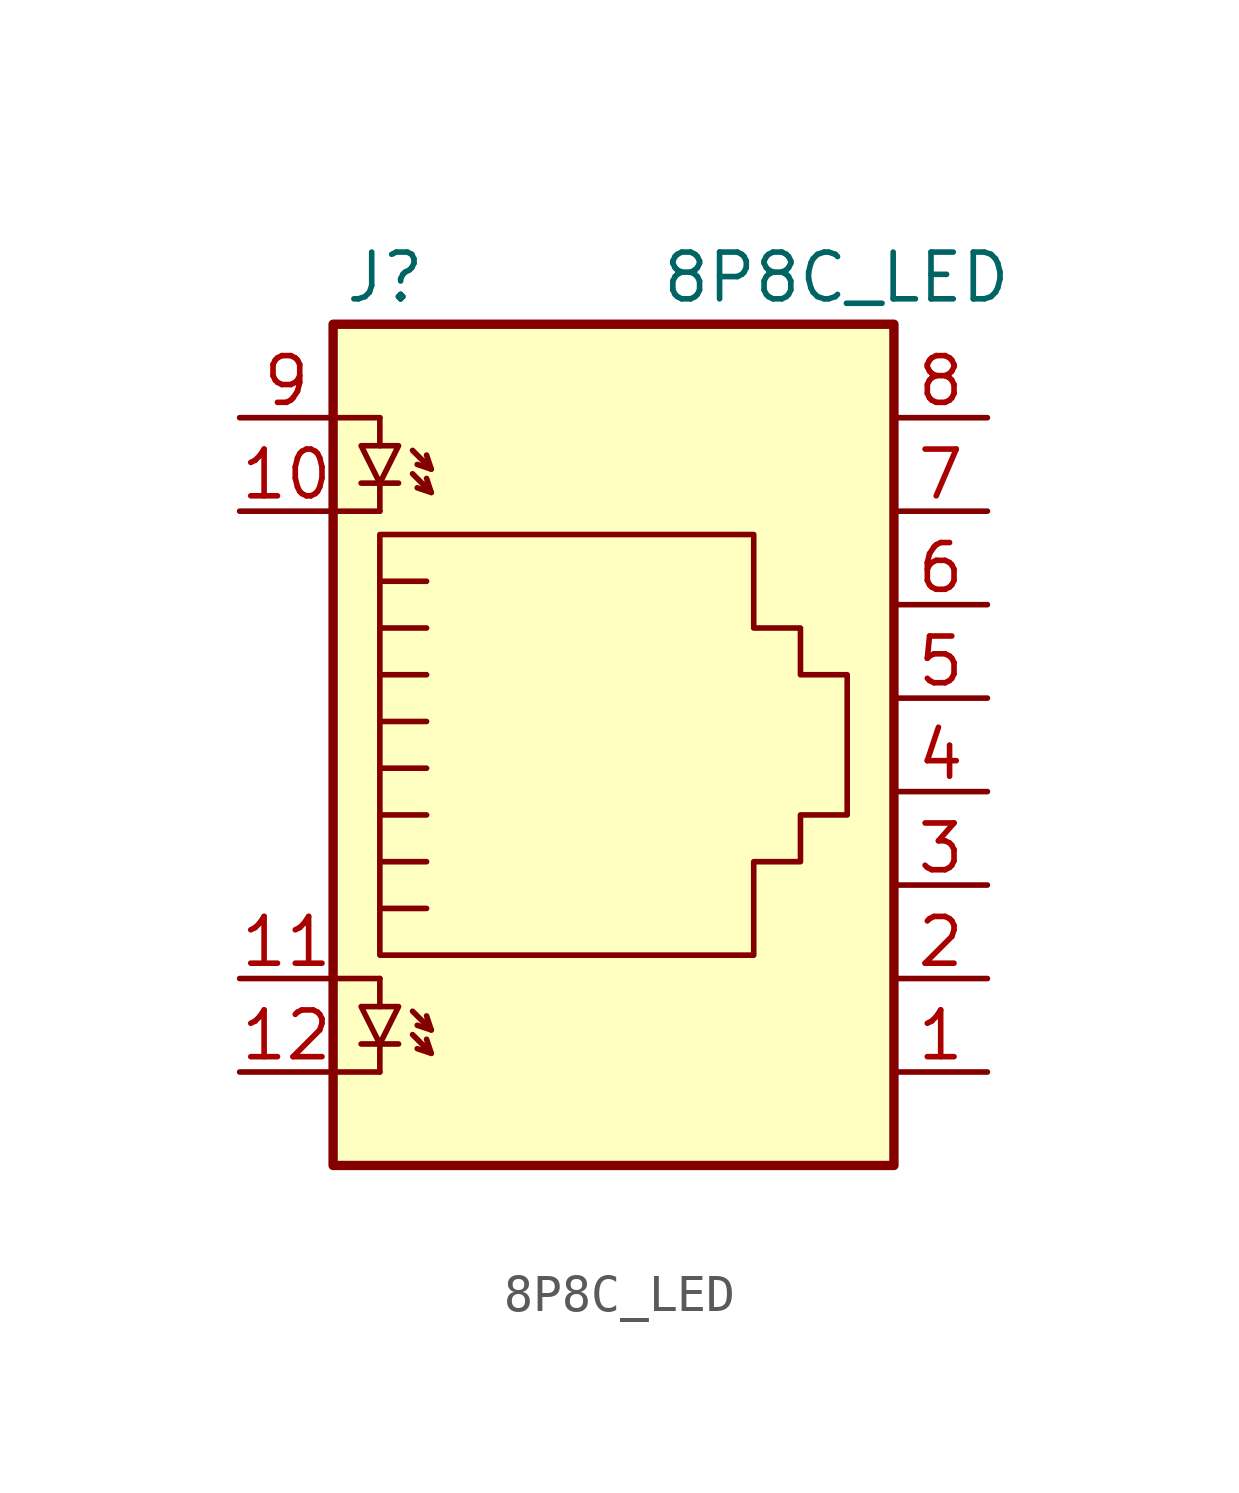
<source format=kicad_sym>
(kicad_symbol_lib
  (version 20201005)
  (generator kicad_symbol_editor)
  (symbol "Connector:8P8C_LED"
    (pin_names
      (offset 1.016))
    (property "Reference" "J"
      (at -5.08 13.97 0)
      (effects (font (size 1.27 1.27)) (justify right)))
    (property "Value" "8P8C_LED"
      (at 1.27 13.97 0)
      (effects (font (size 1.27 1.27)) (justify left)))
    (symbol "8P8C_LED_0_1"
      (rectangle (start 7.62 12.7) (end -7.62 -10.16) (stroke (width 0.254)) (fill (type background)))
      (polyline (pts (xy -7.62 -7.62) (xy -6.35 -7.62)) (stroke (width 0)) (fill (type none)))
      (polyline (pts (xy -7.62 -5.08) (xy -6.35 -5.08)) (stroke (width 0)) (fill (type none)))
      (polyline (pts (xy -7.62 7.62) (xy -6.35 7.62)) (stroke (width 0)) (fill (type none)))
      (polyline (pts (xy -7.62 10.16) (xy -6.35 10.16)) (stroke (width 0)) (fill (type none)))
      (polyline (pts (xy -5.842 8.382) (xy -6.858 8.382)) (stroke (width 0)) (fill (type none)))
      (polyline (pts (xy -6.35 -7.62) (xy -6.35 -6.858)) (stroke (width 0)) (fill (type none)))
      (polyline (pts (xy -6.35 -5.08) (xy -6.35 -5.842)) (stroke (width 0)) (fill (type none)))
      (polyline (pts (xy -6.35 7.62) (xy -6.35 8.382)) (stroke (width 0)) (fill (type none)))
      (polyline (pts (xy -6.35 10.16) (xy -6.35 9.398)) (stroke (width 0)) (fill (type none)))
      (polyline (pts (xy -5.08 4.445) (xy -6.35 4.445)) (stroke (width 0)) (fill (type none)))
      (polyline (pts (xy -5.08 5.715) (xy -6.35 5.715)) (stroke (width 0)) (fill (type none)))
      (polyline (pts (xy -4.953 8.128) (xy -5.334 8.255)) (stroke (width 0)) (fill (type none)))
      (polyline (pts (xy -4.953 8.763) (xy -5.334 8.89)) (stroke (width 0)) (fill (type none)))
      (polyline (pts (xy -6.35 -3.175) (xy -5.08 -3.175) (xy -5.08 -3.175)) (stroke (width 0)) (fill (type none)))
      (polyline (pts (xy -6.35 -1.905) (xy -5.08 -1.905) (xy -5.08 -1.905)) (stroke (width 0)) (fill (type none)))
      (polyline (pts (xy -6.35 -0.635) (xy -5.08 -0.635) (xy -5.08 -0.635)) (stroke (width 0)) (fill (type none)))
      (polyline (pts (xy -6.35 0.635) (xy -5.08 0.635) (xy -5.08 0.635)) (stroke (width 0)) (fill (type none)))
      (polyline (pts (xy -6.35 1.905) (xy -5.08 1.905) (xy -5.08 1.905)) (stroke (width 0)) (fill (type none)))
      (polyline (pts (xy -5.461 8.636) (xy -4.953 8.128) (xy -5.08 8.509)) (stroke (width 0)) (fill (type none)))
      (polyline (pts (xy -5.461 9.271) (xy -4.953 8.763) (xy -5.08 9.144)) (stroke (width 0)) (fill (type none)))
      (polyline (pts (xy -5.08 3.175) (xy -6.35 3.175) (xy -6.35 3.175)) (stroke (width 0)) (fill (type none)))
      (polyline (pts (xy -6.35 8.382) (xy -5.842 9.398) (xy -6.858 9.398) (xy -6.35 8.382)) (stroke (width 0)) (fill (type none)))
      (polyline (pts (xy -6.35 -4.445) (xy -6.35 6.985) (xy 3.81 6.985) (xy 3.81 4.445) (xy 5.08 4.445) (xy 5.08 3.175) (xy 6.35 3.175) (xy 6.35 -0.635) (xy 5.08 -0.635) (xy 5.08 -1.905) (xy 3.81 -1.905) (xy 3.81 -4.445) (xy -6.35 -4.445) (xy -6.35 -4.445)) (stroke (width 0)) (fill (type none)))
      (polyline (pts (xy -5.842 -6.858) (xy -6.858 -6.858)) (stroke (width 0)) (fill (type none)))
      (polyline (pts (xy -4.953 -7.112) (xy -5.334 -6.985)) (stroke (width 0)) (fill (type none)))
      (polyline (pts (xy -4.953 -6.477) (xy -5.334 -6.35)) (stroke (width 0)) (fill (type none)))
      (polyline (pts (xy -5.461 -6.604) (xy -4.953 -7.112) (xy -5.08 -6.731)) (stroke (width 0)) (fill (type none)))
      (polyline (pts (xy -5.461 -5.969) (xy -4.953 -6.477) (xy -5.08 -6.096)) (stroke (width 0)) (fill (type none)))
      (polyline (pts (xy -6.35 -6.858) (xy -5.842 -5.842) (xy -6.858 -5.842) (xy -6.35 -6.858)) (stroke (width 0)) (fill (type none))))
    (symbol "8P8C_LED_1_1"
      (pin passive line (at 10.16 -7.62 180) (length 2.54) (name "~" (effects (font (size 1.27 1.27)))) (number "1" (effects (font (size 1.27 1.27)))))
      (pin passive line (at -10.16 7.62 0) (length 2.54) (name "~" (effects (font (size 1.27 1.27)))) (number "10" (effects (font (size 1.27 1.27)))))
      (pin passive line (at -10.16 -5.08 0) (length 2.54) (name "~" (effects (font (size 1.27 1.27)))) (number "11" (effects (font (size 1.27 1.27)))))
      (pin passive line (at -10.16 -7.62 0) (length 2.54) (name "~" (effects (font (size 1.27 1.27)))) (number "12" (effects (font (size 1.27 1.27)))))
      (pin passive line (at 10.16 -5.08 180) (length 2.54) (name "~" (effects (font (size 1.27 1.27)))) (number "2" (effects (font (size 1.27 1.27)))))
      (pin passive line (at 10.16 -2.54 180) (length 2.54) (name "~" (effects (font (size 1.27 1.27)))) (number "3" (effects (font (size 1.27 1.27)))))
      (pin passive line (at 10.16 0 180) (length 2.54) (name "~" (effects (font (size 1.27 1.27)))) (number "4" (effects (font (size 1.27 1.27)))))
      (pin passive line (at 10.16 2.54 180) (length 2.54) (name "~" (effects (font (size 1.27 1.27)))) (number "5" (effects (font (size 1.27 1.27)))))
      (pin passive line (at 10.16 5.08 180) (length 2.54) (name "~" (effects (font (size 1.27 1.27)))) (number "6" (effects (font (size 1.27 1.27)))))
      (pin passive line (at 10.16 7.62 180) (length 2.54) (name "~" (effects (font (size 1.27 1.27)))) (number "7" (effects (font (size 1.27 1.27)))))
      (pin passive line (at 10.16 10.16 180) (length 2.54) (name "~" (effects (font (size 1.27 1.27)))) (number "8" (effects (font (size 1.27 1.27)))))
      (pin passive line (at -10.16 10.16 0) (length 2.54) (name "~" (effects (font (size 1.27 1.27)))) (number "9" (effects (font (size 1.27 1.27))))))))
</source>
